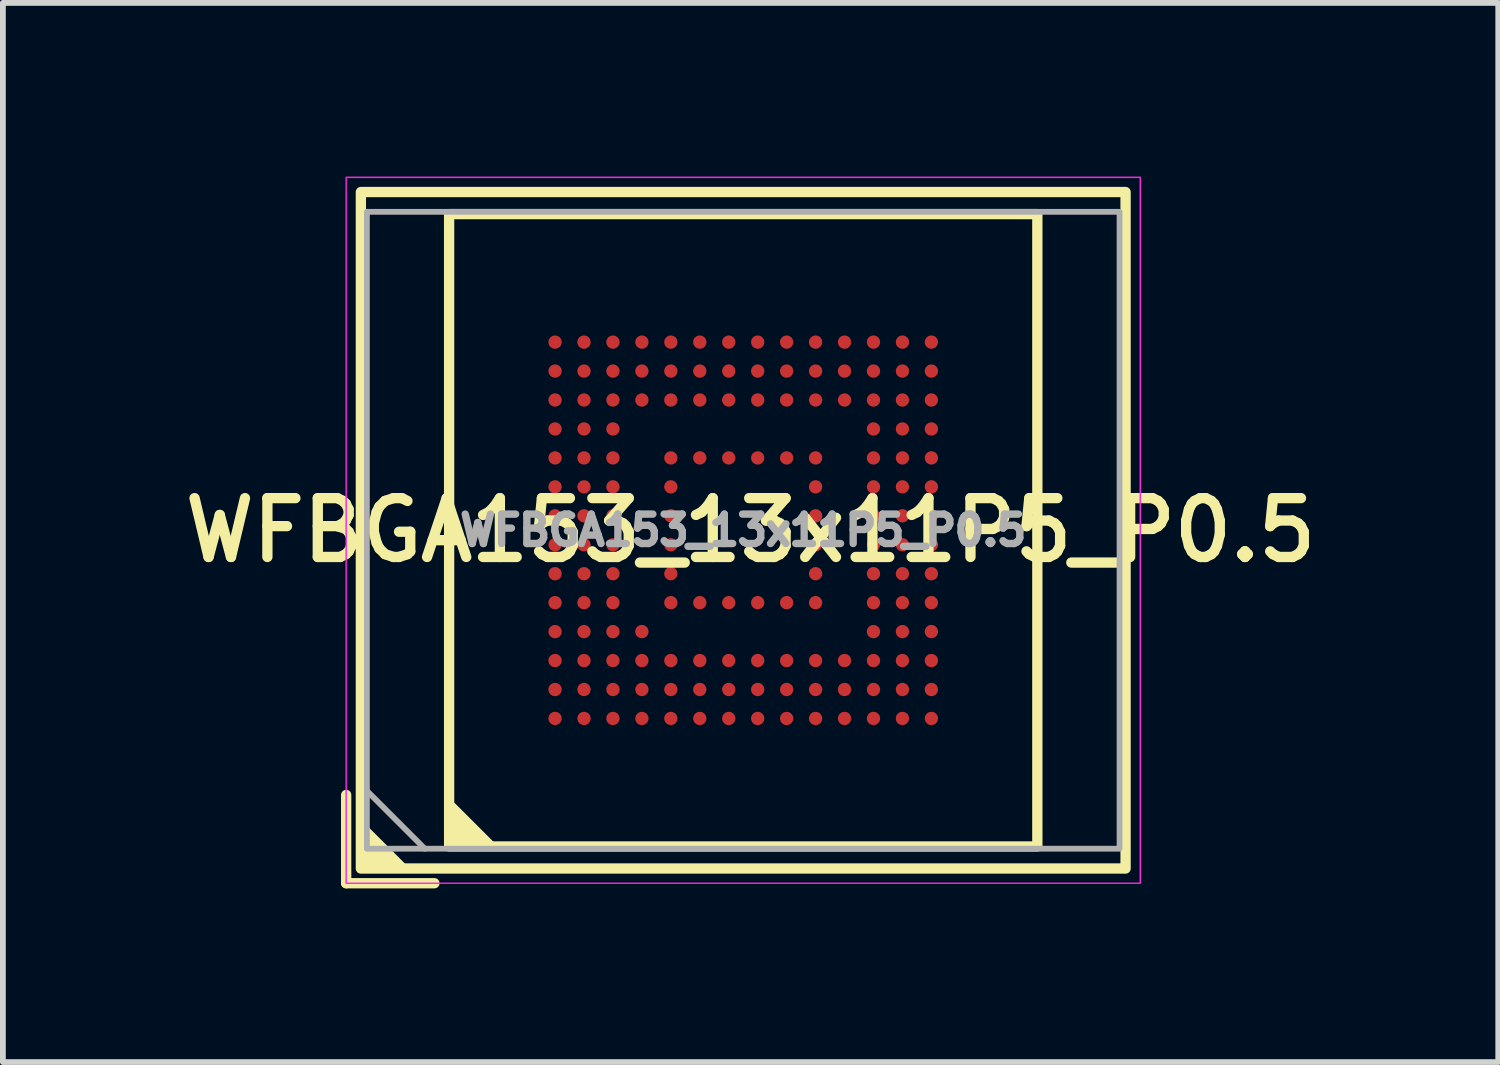
<source format=kicad_pcb>
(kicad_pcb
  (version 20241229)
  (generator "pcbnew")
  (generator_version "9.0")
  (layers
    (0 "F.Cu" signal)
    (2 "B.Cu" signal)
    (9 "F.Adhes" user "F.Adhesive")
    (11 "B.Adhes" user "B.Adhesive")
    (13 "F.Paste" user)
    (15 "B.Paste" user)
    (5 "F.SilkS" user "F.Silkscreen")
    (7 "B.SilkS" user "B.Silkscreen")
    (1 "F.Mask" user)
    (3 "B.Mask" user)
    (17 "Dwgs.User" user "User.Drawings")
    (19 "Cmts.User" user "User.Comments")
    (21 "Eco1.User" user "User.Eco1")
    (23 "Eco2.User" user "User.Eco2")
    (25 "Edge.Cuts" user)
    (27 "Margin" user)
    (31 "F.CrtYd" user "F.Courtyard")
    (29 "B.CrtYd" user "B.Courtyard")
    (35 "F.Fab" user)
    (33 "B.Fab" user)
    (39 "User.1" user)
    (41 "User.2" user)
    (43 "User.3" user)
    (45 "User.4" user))
  (footprint "WFBGA153_13x11P5_P0.5"
    (layer "F.Cu")
    (at 9.787 6.109)
    (property "Reference" "WFBGA153_13x11P5_P0.5" (at 0.127 0 0) (layer "F.SilkS") (effects (font (size 1.016 1.016) (thickness 0.178))))
    (attr smd)
    (fp_line (start -6.858 4.572) (end -6.858 6.096) (stroke (width 0.178) (type solid)) (layer "F.SilkS"))
    (fp_line (start -5.334 6.096) (end -6.858 6.096) (stroke (width 0.178) (type solid)) (layer "F.SilkS"))
    (fp_rect (start -6.604 -5.842) (end 6.604 5.842) (stroke (width 0.178) (type solid)) (fill no) (layer "F.SilkS"))
    (fp_rect (start -5.842 5.842) (end -6.604 5.842) (stroke (width 0.12) (type solid)) (fill no) (layer "F.SilkS"))
    (fp_rect (start -5.08 -5.461) (end 5.08 5.461) (stroke (width 0.178) (type solid)) (fill no) (layer "F.SilkS"))
    (fp_poly (pts (xy -5.842 5.842) (xy -6.604 5.842) (xy -6.604 5.08)) (stroke (width 0.12) (type solid)) (fill yes) (layer "F.SilkS"))
    (fp_poly (pts (xy -4.318 5.461) (xy -5.08 5.461) (xy -5.08 4.699)) (stroke (width 0.12) (type solid)) (fill yes) (layer "F.SilkS"))
    (fp_rect (start -6.858 -6.096) (end 6.858 6.096) (stroke (width 0.025) (type solid)) (fill no) (layer "F.CrtYd"))
    (fp_line (start -5.5 5.5) (end -6.5 4.5) (stroke (width 0.1) (type solid)) (layer "F.Fab"))
    (fp_rect (start -6.5 -5.5) (end 6.5 5.5) (stroke (width 0.1) (type solid)) (fill no) (layer "F.Fab"))
    (fp_text user "${REFERENCE}" (at 0 0 0) (layer "F.Fab") (effects (font (size 0.508 0.508) (thickness 0.127))))
    (pad "A1" smd circle (at -3.25 3.25) (size 0.23 0.23) (layers "F.Cu" "F.Mask" "F.Paste"))
    (pad "A2" smd circle (at -3.25 2.75) (size 0.23 0.23) (layers "F.Cu" "F.Mask" "F.Paste"))
    (pad "A3" smd circle (at -3.25 2.25) (size 0.23 0.23) (layers "F.Cu" "F.Mask" "F.Paste"))
    (pad "A4" smd circle (at -3.25 1.75) (size 0.23 0.23) (layers "F.Cu" "F.Mask" "F.Paste"))
    (pad "A5" smd circle (at -3.25 1.25) (size 0.23 0.23) (layers "F.Cu" "F.Mask" "F.Paste"))
    (pad "A6" smd circle (at -3.25 0.75) (size 0.23 0.23) (layers "F.Cu" "F.Mask" "F.Paste"))
    (pad "A7" smd circle (at -3.25 0.25) (size 0.23 0.23) (layers "F.Cu" "F.Mask" "F.Paste"))
    (pad "A8" smd circle (at -3.25 -0.25) (size 0.23 0.23) (layers "F.Cu" "F.Mask" "F.Paste"))
    (pad "A9" smd circle (at -3.25 -0.75) (size 0.23 0.23) (layers "F.Cu" "F.Mask" "F.Paste"))
    (pad "A10" smd circle (at -3.25 -1.25) (size 0.23 0.23) (layers "F.Cu" "F.Mask" "F.Paste"))
    (pad "A11" smd circle (at -3.25 -1.75) (size 0.23 0.23) (layers "F.Cu" "F.Mask" "F.Paste"))
    (pad "A12" smd circle (at -3.25 -2.25) (size 0.23 0.23) (layers "F.Cu" "F.Mask" "F.Paste"))
    (pad "A13" smd circle (at -3.25 -2.75) (size 0.23 0.23) (layers "F.Cu" "F.Mask" "F.Paste"))
    (pad "A14" smd circle (at -3.25 -3.25) (size 0.23 0.23) (layers "F.Cu" "F.Mask" "F.Paste"))
    (pad "B1" smd circle (at -2.75 3.25) (size 0.23 0.23) (layers "F.Cu" "F.Mask" "F.Paste"))
    (pad "B2" smd circle (at -2.75 2.75) (size 0.23 0.23) (layers "F.Cu" "F.Mask" "F.Paste"))
    (pad "B3" smd circle (at -2.75 2.25) (size 0.23 0.23) (layers "F.Cu" "F.Mask" "F.Paste"))
    (pad "B4" smd circle (at -2.75 1.75) (size 0.23 0.23) (layers "F.Cu" "F.Mask" "F.Paste"))
    (pad "B5" smd circle (at -2.75 1.25) (size 0.23 0.23) (layers "F.Cu" "F.Mask" "F.Paste"))
    (pad "B6" smd circle (at -2.75 0.75) (size 0.23 0.23) (layers "F.Cu" "F.Mask" "F.Paste"))
    (pad "B7" smd circle (at -2.75 0.25) (size 0.23 0.23) (layers "F.Cu" "F.Mask" "F.Paste"))
    (pad "B8" smd circle (at -2.75 -0.25) (size 0.23 0.23) (layers "F.Cu" "F.Mask" "F.Paste"))
    (pad "B9" smd circle (at -2.75 -0.75) (size 0.23 0.23) (layers "F.Cu" "F.Mask" "F.Paste"))
    (pad "B10" smd circle (at -2.75 -1.25) (size 0.23 0.23) (layers "F.Cu" "F.Mask" "F.Paste"))
    (pad "B11" smd circle (at -2.75 -1.75) (size 0.23 0.23) (layers "F.Cu" "F.Mask" "F.Paste"))
    (pad "B12" smd circle (at -2.75 -2.25) (size 0.23 0.23) (layers "F.Cu" "F.Mask" "F.Paste"))
    (pad "B13" smd circle (at -2.75 -2.75) (size 0.23 0.23) (layers "F.Cu" "F.Mask" "F.Paste"))
    (pad "B14" smd circle (at -2.75 -3.25) (size 0.23 0.23) (layers "F.Cu" "F.Mask" "F.Paste"))
    (pad "C1" smd circle (at -2.25 3.25) (size 0.23 0.23) (layers "F.Cu" "F.Mask" "F.Paste"))
    (pad "C2" smd circle (at -2.25 2.75) (size 0.23 0.23) (layers "F.Cu" "F.Mask" "F.Paste"))
    (pad "C3" smd circle (at -2.25 2.25) (size 0.23 0.23) (layers "F.Cu" "F.Mask" "F.Paste"))
    (pad "C4" smd circle (at -2.25 1.75) (size 0.23 0.23) (layers "F.Cu" "F.Mask" "F.Paste"))
    (pad "C5" smd circle (at -2.25 1.25) (size 0.23 0.23) (layers "F.Cu" "F.Mask" "F.Paste"))
    (pad "C6" smd circle (at -2.25 0.75) (size 0.23 0.23) (layers "F.Cu" "F.Mask" "F.Paste"))
    (pad "C7" smd circle (at -2.25 0.25) (size 0.23 0.23) (layers "F.Cu" "F.Mask" "F.Paste"))
    (pad "C8" smd circle (at -2.25 -0.25) (size 0.23 0.23) (layers "F.Cu" "F.Mask" "F.Paste"))
    (pad "C9" smd circle (at -2.25 -0.75) (size 0.23 0.23) (layers "F.Cu" "F.Mask" "F.Paste"))
    (pad "C10" smd circle (at -2.25 -1.25) (size 0.23 0.23) (layers "F.Cu" "F.Mask" "F.Paste"))
    (pad "C11" smd circle (at -2.25 -1.75) (size 0.23 0.23) (layers "F.Cu" "F.Mask" "F.Paste"))
    (pad "C12" smd circle (at -2.25 -2.25) (size 0.23 0.23) (layers "F.Cu" "F.Mask" "F.Paste"))
    (pad "C13" smd circle (at -2.25 -2.75) (size 0.23 0.23) (layers "F.Cu" "F.Mask" "F.Paste"))
    (pad "C14" smd circle (at -2.25 -3.25) (size 0.23 0.23) (layers "F.Cu" "F.Mask" "F.Paste"))
    (pad "D1" smd circle (at -1.75 3.25) (size 0.23 0.23) (layers "F.Cu" "F.Mask" "F.Paste"))
    (pad "D2" smd circle (at -1.75 2.75) (size 0.23 0.23) (layers "F.Cu" "F.Mask" "F.Paste"))
    (pad "D3" smd circle (at -1.75 2.25) (size 0.23 0.23) (layers "F.Cu" "F.Mask" "F.Paste"))
    (pad "D4" smd circle (at -1.75 1.75) (size 0.23 0.23) (layers "F.Cu" "F.Mask" "F.Paste"))
    (pad "D12" smd circle (at -1.75 -2.25) (size 0.23 0.23) (layers "F.Cu" "F.Mask" "F.Paste"))
    (pad "D13" smd circle (at -1.75 -2.75) (size 0.23 0.23) (layers "F.Cu" "F.Mask" "F.Paste"))
    (pad "D14" smd circle (at -1.75 -3.25) (size 0.23 0.23) (layers "F.Cu" "F.Mask" "F.Paste"))
    (pad "E1" smd circle (at -1.25 3.25) (size 0.23 0.23) (layers "F.Cu" "F.Mask" "F.Paste"))
    (pad "E2" smd circle (at -1.25 2.75) (size 0.23 0.23) (layers "F.Cu" "F.Mask" "F.Paste"))
    (pad "E3" smd circle (at -1.25 2.25) (size 0.23 0.23) (layers "F.Cu" "F.Mask" "F.Paste"))
    (pad "E5" smd circle (at -1.25 1.25) (size 0.23 0.23) (layers "F.Cu" "F.Mask" "F.Paste"))
    (pad "E6" smd circle (at -1.25 0.75) (size 0.23 0.23) (layers "F.Cu" "F.Mask" "F.Paste"))
    (pad "E7" smd circle (at -1.25 0.25) (size 0.23 0.23) (layers "F.Cu" "F.Mask" "F.Paste"))
    (pad "E8" smd circle (at -1.25 -0.25) (size 0.23 0.23) (layers "F.Cu" "F.Mask" "F.Paste"))
    (pad "E9" smd circle (at -1.25 -0.75) (size 0.23 0.23) (layers "F.Cu" "F.Mask" "F.Paste"))
    (pad "E10" smd circle (at -1.25 -1.25) (size 0.23 0.23) (layers "F.Cu" "F.Mask" "F.Paste"))
    (pad "E12" smd circle (at -1.25 -2.25) (size 0.23 0.23) (layers "F.Cu" "F.Mask" "F.Paste"))
    (pad "E13" smd circle (at -1.25 -2.75) (size 0.23 0.23) (layers "F.Cu" "F.Mask" "F.Paste"))
    (pad "E14" smd circle (at -1.25 -3.25) (size 0.23 0.23) (layers "F.Cu" "F.Mask" "F.Paste"))
    (pad "F1" smd circle (at -0.75 3.25) (size 0.23 0.23) (layers "F.Cu" "F.Mask" "F.Paste"))
    (pad "F2" smd circle (at -0.75 2.75) (size 0.23 0.23) (layers "F.Cu" "F.Mask" "F.Paste"))
    (pad "F3" smd circle (at -0.75 2.25) (size 0.23 0.23) (layers "F.Cu" "F.Mask" "F.Paste"))
    (pad "F5" smd circle (at -0.75 1.25) (size 0.23 0.23) (layers "F.Cu" "F.Mask" "F.Paste"))
    (pad "F10" smd circle (at -0.75 -1.25) (size 0.23 0.23) (layers "F.Cu" "F.Mask" "F.Paste"))
    (pad "F12" smd circle (at -0.75 -2.25) (size 0.23 0.23) (layers "F.Cu" "F.Mask" "F.Paste"))
    (pad "F13" smd circle (at -0.75 -2.75) (size 0.23 0.23) (layers "F.Cu" "F.Mask" "F.Paste"))
    (pad "F14" smd circle (at -0.75 -3.25) (size 0.23 0.23) (layers "F.Cu" "F.Mask" "F.Paste"))
    (pad "G1" smd circle (at -0.25 3.25) (size 0.23 0.23) (layers "F.Cu" "F.Mask" "F.Paste"))
    (pad "G2" smd circle (at -0.25 2.75) (size 0.23 0.23) (layers "F.Cu" "F.Mask" "F.Paste"))
    (pad "G3" smd circle (at -0.25 2.25) (size 0.23 0.23) (layers "F.Cu" "F.Mask" "F.Paste"))
    (pad "G5" smd circle (at -0.25 1.25) (size 0.23 0.23) (layers "F.Cu" "F.Mask" "F.Paste"))
    (pad "G10" smd circle (at -0.25 -1.25) (size 0.23 0.23) (layers "F.Cu" "F.Mask" "F.Paste"))
    (pad "G12" smd circle (at -0.25 -2.25) (size 0.23 0.23) (layers "F.Cu" "F.Mask" "F.Paste"))
    (pad "G13" smd circle (at -0.25 -2.75) (size 0.23 0.23) (layers "F.Cu" "F.Mask" "F.Paste"))
    (pad "G14" smd circle (at -0.25 -3.25) (size 0.23 0.23) (layers "F.Cu" "F.Mask" "F.Paste"))
    (pad "H1" smd circle (at 0.25 3.25) (size 0.23 0.23) (layers "F.Cu" "F.Mask" "F.Paste"))
    (pad "H2" smd circle (at 0.25 2.75) (size 0.23 0.23) (layers "F.Cu" "F.Mask" "F.Paste"))
    (pad "H3" smd circle (at 0.25 2.25) (size 0.23 0.23) (layers "F.Cu" "F.Mask" "F.Paste"))
    (pad "H5" smd circle (at 0.25 1.25) (size 0.23 0.23) (layers "F.Cu" "F.Mask" "F.Paste"))
    (pad "H10" smd circle (at 0.25 -1.25) (size 0.23 0.23) (layers "F.Cu" "F.Mask" "F.Paste"))
    (pad "H12" smd circle (at 0.25 -2.25) (size 0.23 0.23) (layers "F.Cu" "F.Mask" "F.Paste"))
    (pad "H13" smd circle (at 0.25 -2.75) (size 0.23 0.23) (layers "F.Cu" "F.Mask" "F.Paste"))
    (pad "H14" smd circle (at 0.25 -3.25) (size 0.23 0.23) (layers "F.Cu" "F.Mask" "F.Paste"))
    (pad "J1" smd circle (at 0.75 3.25) (size 0.23 0.23) (layers "F.Cu" "F.Mask" "F.Paste"))
    (pad "J2" smd circle (at 0.75 2.75) (size 0.23 0.23) (layers "F.Cu" "F.Mask" "F.Paste"))
    (pad "J3" smd circle (at 0.75 2.25) (size 0.23 0.23) (layers "F.Cu" "F.Mask" "F.Paste"))
    (pad "J5" smd circle (at 0.75 1.25) (size 0.23 0.23) (layers "F.Cu" "F.Mask" "F.Paste"))
    (pad "J10" smd circle (at 0.75 -1.25) (size 0.23 0.23) (layers "F.Cu" "F.Mask" "F.Paste"))
    (pad "J12" smd circle (at 0.75 -2.25) (size 0.23 0.23) (layers "F.Cu" "F.Mask" "F.Paste"))
    (pad "J13" smd circle (at 0.75 -2.75) (size 0.23 0.23) (layers "F.Cu" "F.Mask" "F.Paste"))
    (pad "J14" smd circle (at 0.75 -3.25) (size 0.23 0.23) (layers "F.Cu" "F.Mask" "F.Paste"))
    (pad "K1" smd circle (at 1.25 3.25) (size 0.23 0.23) (layers "F.Cu" "F.Mask" "F.Paste"))
    (pad "K2" smd circle (at 1.25 2.75) (size 0.23 0.23) (layers "F.Cu" "F.Mask" "F.Paste"))
    (pad "K3" smd circle (at 1.25 2.25) (size 0.23 0.23) (layers "F.Cu" "F.Mask" "F.Paste"))
    (pad "K5" smd circle (at 1.25 1.25) (size 0.23 0.23) (layers "F.Cu" "F.Mask" "F.Paste"))
    (pad "K6" smd circle (at 1.25 0.75) (size 0.23 0.23) (layers "F.Cu" "F.Mask" "F.Paste"))
    (pad "K7" smd circle (at 1.25 0.25) (size 0.23 0.23) (layers "F.Cu" "F.Mask" "F.Paste"))
    (pad "K8" smd circle (at 1.25 -0.25) (size 0.23 0.23) (layers "F.Cu" "F.Mask" "F.Paste"))
    (pad "K9" smd circle (at 1.25 -0.75) (size 0.23 0.23) (layers "F.Cu" "F.Mask" "F.Paste"))
    (pad "K10" smd circle (at 1.25 -1.25) (size 0.23 0.23) (layers "F.Cu" "F.Mask" "F.Paste"))
    (pad "K12" smd circle (at 1.25 -2.25) (size 0.23 0.23) (layers "F.Cu" "F.Mask" "F.Paste"))
    (pad "K13" smd circle (at 1.25 -2.75) (size 0.23 0.23) (layers "F.Cu" "F.Mask" "F.Paste"))
    (pad "K14" smd circle (at 1.25 -3.25) (size 0.23 0.23) (layers "F.Cu" "F.Mask" "F.Paste"))
    (pad "L1" smd circle (at 1.75 3.25) (size 0.23 0.23) (layers "F.Cu" "F.Mask" "F.Paste"))
    (pad "L2" smd circle (at 1.75 2.75) (size 0.23 0.23) (layers "F.Cu" "F.Mask" "F.Paste"))
    (pad "L3" smd circle (at 1.75 2.25) (size 0.23 0.23) (layers "F.Cu" "F.Mask" "F.Paste"))
    (pad "L12" smd circle (at 1.75 -2.25) (size 0.23 0.23) (layers "F.Cu" "F.Mask" "F.Paste"))
    (pad "L13" smd circle (at 1.75 -2.75) (size 0.23 0.23) (layers "F.Cu" "F.Mask" "F.Paste"))
    (pad "L14" smd circle (at 1.75 -3.25) (size 0.23 0.23) (layers "F.Cu" "F.Mask" "F.Paste"))
    (pad "M1" smd circle (at 2.25 3.25) (size 0.23 0.23) (layers "F.Cu" "F.Mask" "F.Paste"))
    (pad "M2" smd circle (at 2.25 2.75) (size 0.23 0.23) (layers "F.Cu" "F.Mask" "F.Paste"))
    (pad "M3" smd circle (at 2.25 2.25) (size 0.23 0.23) (layers "F.Cu" "F.Mask" "F.Paste"))
    (pad "M4" smd circle (at 2.25 1.75) (size 0.23 0.23) (layers "F.Cu" "F.Mask" "F.Paste"))
    (pad "M5" smd circle (at 2.25 1.25) (size 0.23 0.23) (layers "F.Cu" "F.Mask" "F.Paste"))
    (pad "M6" smd circle (at 2.25 0.75) (size 0.23 0.23) (layers "F.Cu" "F.Mask" "F.Paste"))
    (pad "M7" smd circle (at 2.25 0.25) (size 0.23 0.23) (layers "F.Cu" "F.Mask" "F.Paste"))
    (pad "M8" smd circle (at 2.25 -0.25) (size 0.23 0.23) (layers "F.Cu" "F.Mask" "F.Paste"))
    (pad "M9" smd circle (at 2.25 -0.75) (size 0.23 0.23) (layers "F.Cu" "F.Mask" "F.Paste"))
    (pad "M10" smd circle (at 2.25 -1.25) (size 0.23 0.23) (layers "F.Cu" "F.Mask" "F.Paste"))
    (pad "M11" smd circle (at 2.25 -1.75) (size 0.23 0.23) (layers "F.Cu" "F.Mask" "F.Paste"))
    (pad "M12" smd circle (at 2.25 -2.25) (size 0.23 0.23) (layers "F.Cu" "F.Mask" "F.Paste"))
    (pad "M13" smd circle (at 2.25 -2.75) (size 0.23 0.23) (layers "F.Cu" "F.Mask" "F.Paste"))
    (pad "M14" smd circle (at 2.25 -3.25) (size 0.23 0.23) (layers "F.Cu" "F.Mask" "F.Paste"))
    (pad "N1" smd circle (at 2.75 3.25) (size 0.23 0.23) (layers "F.Cu" "F.Mask" "F.Paste"))
    (pad "N2" smd circle (at 2.75 2.75) (size 0.23 0.23) (layers "F.Cu" "F.Mask" "F.Paste"))
    (pad "N3" smd circle (at 2.75 2.25) (size 0.23 0.23) (layers "F.Cu" "F.Mask" "F.Paste"))
    (pad "N4" smd circle (at 2.75 1.75) (size 0.23 0.23) (layers "F.Cu" "F.Mask" "F.Paste"))
    (pad "N5" smd circle (at 2.75 1.25) (size 0.23 0.23) (layers "F.Cu" "F.Mask" "F.Paste"))
    (pad "N6" smd circle (at 2.75 0.75) (size 0.23 0.23) (layers "F.Cu" "F.Mask" "F.Paste"))
    (pad "N7" smd circle (at 2.75 0.25) (size 0.23 0.23) (layers "F.Cu" "F.Mask" "F.Paste"))
    (pad "N8" smd circle (at 2.75 -0.25) (size 0.23 0.23) (layers "F.Cu" "F.Mask" "F.Paste"))
    (pad "N9" smd circle (at 2.75 -0.75) (size 0.23 0.23) (layers "F.Cu" "F.Mask" "F.Paste"))
    (pad "N10" smd circle (at 2.75 -1.25) (size 0.23 0.23) (layers "F.Cu" "F.Mask" "F.Paste"))
    (pad "N11" smd circle (at 2.75 -1.75) (size 0.23 0.23) (layers "F.Cu" "F.Mask" "F.Paste"))
    (pad "N12" smd circle (at 2.75 -2.25) (size 0.23 0.23) (layers "F.Cu" "F.Mask" "F.Paste"))
    (pad "N13" smd circle (at 2.75 -2.75) (size 0.23 0.23) (layers "F.Cu" "F.Mask" "F.Paste"))
    (pad "N14" smd circle (at 2.75 -3.25) (size 0.23 0.23) (layers "F.Cu" "F.Mask" "F.Paste"))
    (pad "P1" smd circle (at 3.25 3.25) (size 0.23 0.23) (layers "F.Cu" "F.Mask" "F.Paste"))
    (pad "P2" smd circle (at 3.25 2.75) (size 0.23 0.23) (layers "F.Cu" "F.Mask" "F.Paste"))
    (pad "P3" smd circle (at 3.25 2.25) (size 0.23 0.23) (layers "F.Cu" "F.Mask" "F.Paste"))
    (pad "P4" smd circle (at 3.25 1.75) (size 0.23 0.23) (layers "F.Cu" "F.Mask" "F.Paste"))
    (pad "P5" smd circle (at 3.25 1.25) (size 0.23 0.23) (layers "F.Cu" "F.Mask" "F.Paste"))
    (pad "P6" smd circle (at 3.25 0.75) (size 0.23 0.23) (layers "F.Cu" "F.Mask" "F.Paste"))
    (pad "P7" smd circle (at 3.25 0.25) (size 0.23 0.23) (layers "F.Cu" "F.Mask" "F.Paste"))
    (pad "P8" smd circle (at 3.25 -0.25) (size 0.23 0.23) (layers "F.Cu" "F.Mask" "F.Paste"))
    (pad "P9" smd circle (at 3.25 -0.75) (size 0.23 0.23) (layers "F.Cu" "F.Mask" "F.Paste"))
    (pad "P10" smd circle (at 3.25 -1.25) (size 0.23 0.23) (layers "F.Cu" "F.Mask" "F.Paste"))
    (pad "P11" smd circle (at 3.25 -1.75) (size 0.23 0.23) (layers "F.Cu" "F.Mask" "F.Paste"))
    (pad "P12" smd circle (at 3.25 -2.25) (size 0.23 0.23) (layers "F.Cu" "F.Mask" "F.Paste"))
    (pad "P13" smd circle (at 3.25 -2.75) (size 0.23 0.23) (layers "F.Cu" "F.Mask" "F.Paste"))
    (pad "P14" smd circle (at 3.25 -3.25) (size 0.23 0.23) (layers "F.Cu" "F.Mask" "F.Paste")))
  (gr_rect
    (start -3 -3)
    (end 22.828 15.294)
    (stroke (width 0.1) (type default))
    (fill no)
    (layer "Edge.Cuts")))
</source>
